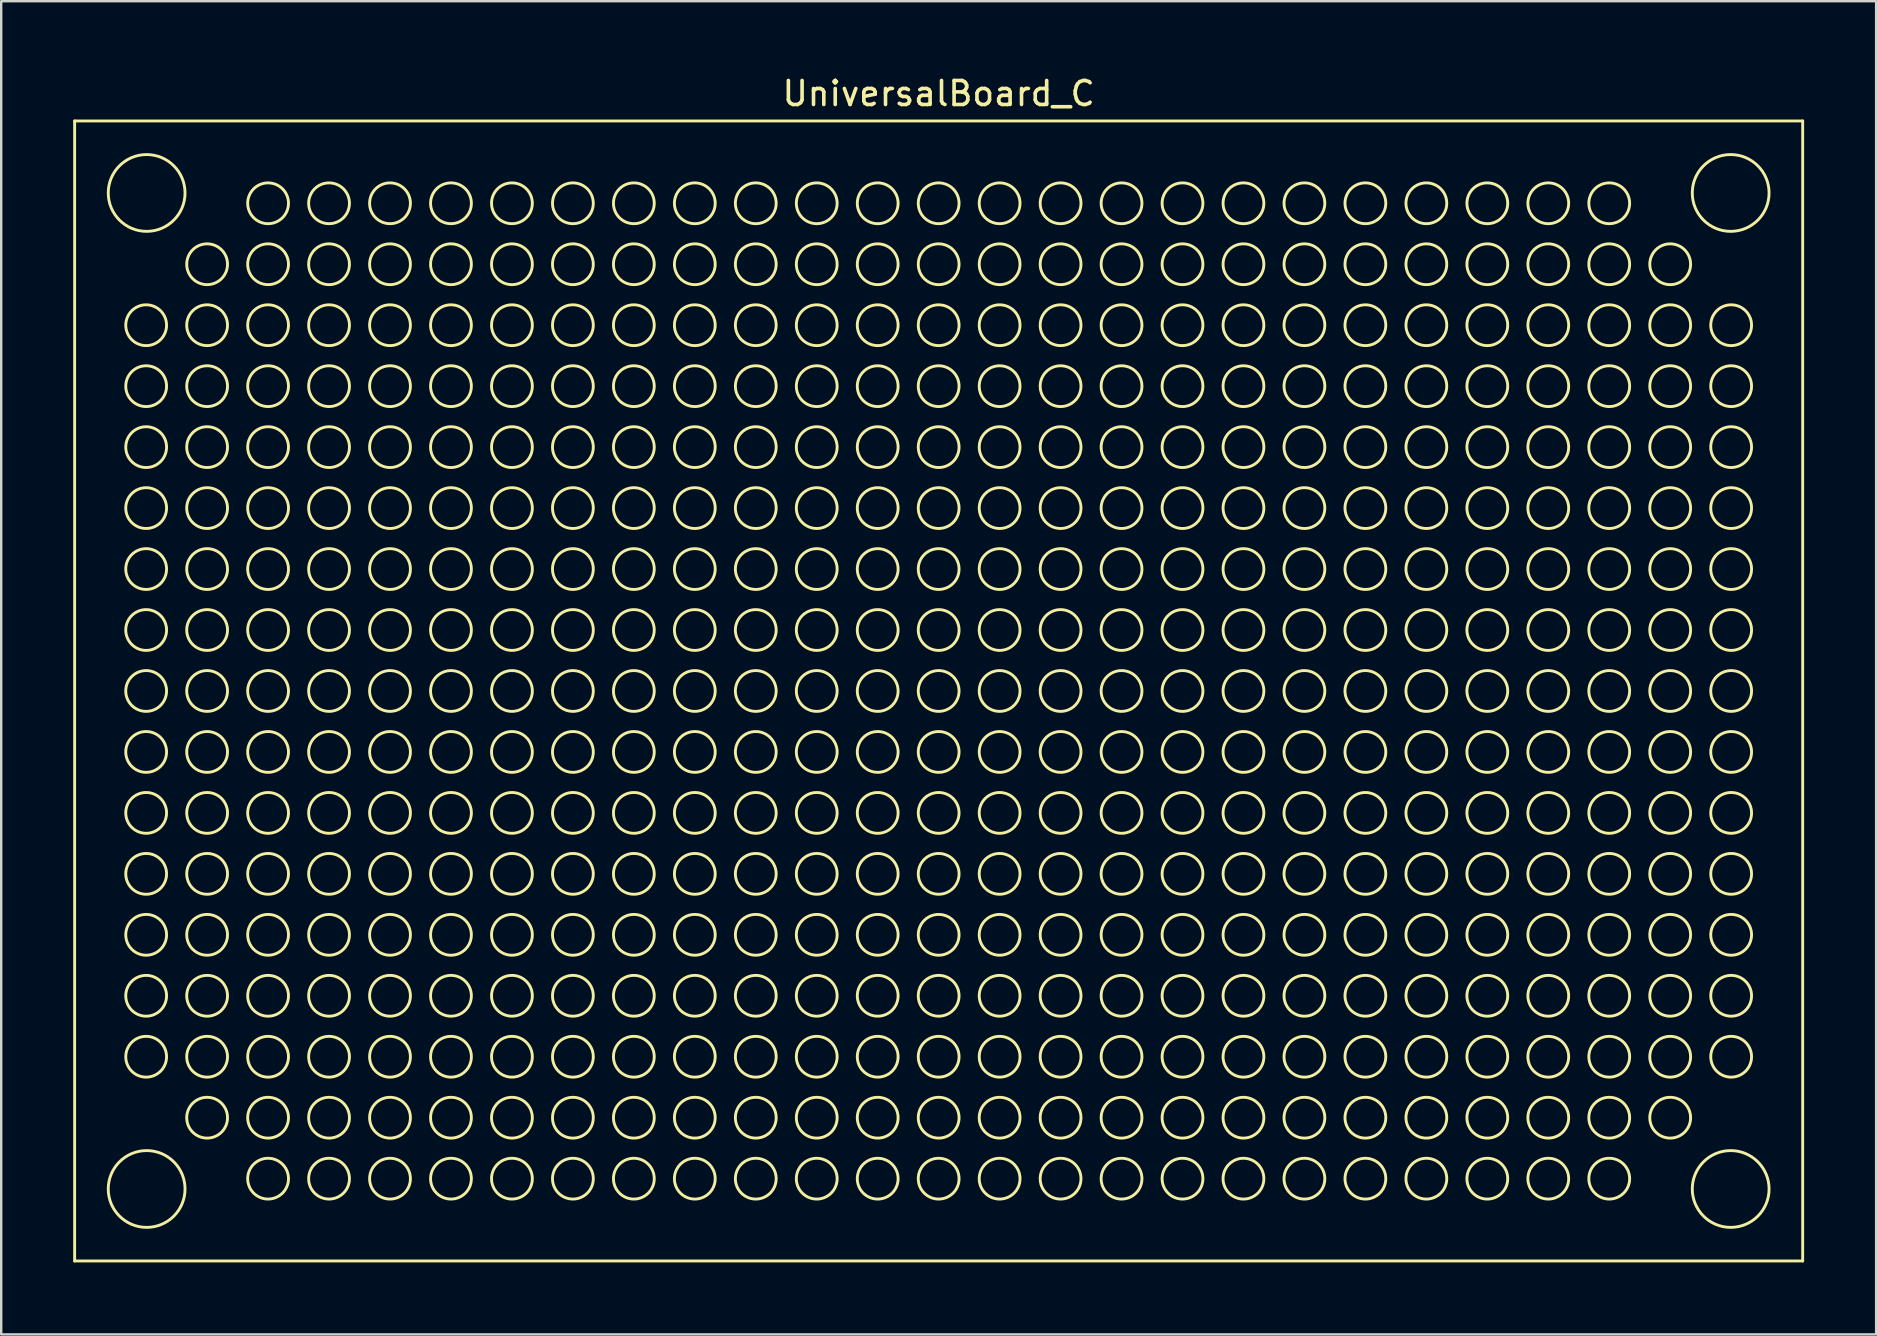
<source format=kicad_pcb>
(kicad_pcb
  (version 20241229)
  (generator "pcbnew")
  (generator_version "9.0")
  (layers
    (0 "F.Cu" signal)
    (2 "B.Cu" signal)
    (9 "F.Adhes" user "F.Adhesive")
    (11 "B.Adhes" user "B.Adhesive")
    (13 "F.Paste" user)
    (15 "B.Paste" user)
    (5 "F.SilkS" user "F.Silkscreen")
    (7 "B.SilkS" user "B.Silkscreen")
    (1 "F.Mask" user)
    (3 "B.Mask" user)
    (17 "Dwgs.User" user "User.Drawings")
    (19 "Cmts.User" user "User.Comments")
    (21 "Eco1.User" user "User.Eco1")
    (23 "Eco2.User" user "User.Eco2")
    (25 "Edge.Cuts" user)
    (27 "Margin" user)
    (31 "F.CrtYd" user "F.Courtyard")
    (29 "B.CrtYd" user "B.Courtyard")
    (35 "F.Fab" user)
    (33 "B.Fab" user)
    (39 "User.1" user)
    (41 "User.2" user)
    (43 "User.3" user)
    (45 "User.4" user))
  (footprint "UniversalBoard_C"
    (layer "F.Cu")
    (at 36.06 25.74)
    (property "Reference" "UniversalBoard_C" (at 0 -24.892 0) (layer "F.SilkS") (effects (font (size 1 1) (thickness 0.15))))
    (attr through_hole)
    (fp_line (start -36 -23.75) (end -36 23.75) (stroke (width 0.12) (type solid)) (layer "F.SilkS"))
    (fp_line (start -36 -23.75) (end 36 -23.75) (stroke (width 0.12) (type solid)) (layer "F.SilkS"))
    (fp_line (start -36 23.75) (end 36 23.75) (stroke (width 0.12) (type solid)) (layer "F.SilkS"))
    (fp_line (start 36 -23.75) (end 36 23.75) (stroke (width 0.12) (type solid)) (layer "F.SilkS"))
    (fp_circle (center -33.02 -15.24) (end -32.17 -15.24) (stroke (width 0.12) (type solid)) (fill no) (layer "F.SilkS"))
    (fp_circle (center -33.02 -12.7) (end -32.17 -12.7) (stroke (width 0.12) (type solid)) (fill no) (layer "F.SilkS"))
    (fp_circle (center -33.02 -10.16) (end -32.17 -10.16) (stroke (width 0.12) (type solid)) (fill no) (layer "F.SilkS"))
    (fp_circle (center -33.02 -7.62) (end -32.17 -7.62) (stroke (width 0.12) (type solid)) (fill no) (layer "F.SilkS"))
    (fp_circle (center -33.02 -5.08) (end -32.17 -5.08) (stroke (width 0.12) (type solid)) (fill no) (layer "F.SilkS"))
    (fp_circle (center -33.02 -2.54) (end -32.17 -2.54) (stroke (width 0.12) (type solid)) (fill no) (layer "F.SilkS"))
    (fp_circle (center -33.02 0) (end -32.17 0) (stroke (width 0.12) (type solid)) (fill no) (layer "F.SilkS"))
    (fp_circle (center -33.02 2.54) (end -32.17 2.54) (stroke (width 0.12) (type solid)) (fill no) (layer "F.SilkS"))
    (fp_circle (center -33.02 5.08) (end -32.17 5.08) (stroke (width 0.12) (type solid)) (fill no) (layer "F.SilkS"))
    (fp_circle (center -33.02 7.62) (end -32.17 7.62) (stroke (width 0.12) (type solid)) (fill no) (layer "F.SilkS"))
    (fp_circle (center -33.02 10.16) (end -32.17 10.16) (stroke (width 0.12) (type solid)) (fill no) (layer "F.SilkS"))
    (fp_circle (center -33.02 12.7) (end -32.17 12.7) (stroke (width 0.12) (type solid)) (fill no) (layer "F.SilkS"))
    (fp_circle (center -33.02 15.24) (end -32.17 15.24) (stroke (width 0.12) (type solid)) (fill no) (layer "F.SilkS"))
    (fp_circle (center -33 -20.75) (end -31.4 -20.75) (stroke (width 0.12) (type solid)) (fill no) (layer "F.SilkS"))
    (fp_circle (center -33 20.75) (end -31.4 20.75) (stroke (width 0.12) (type solid)) (fill no) (layer "F.SilkS"))
    (fp_circle (center -30.48 -17.78) (end -29.63 -17.78) (stroke (width 0.12) (type solid)) (fill no) (layer "F.SilkS"))
    (fp_circle (center -30.48 -15.24) (end -29.63 -15.24) (stroke (width 0.12) (type solid)) (fill no) (layer "F.SilkS"))
    (fp_circle (center -30.48 -12.7) (end -29.63 -12.7) (stroke (width 0.12) (type solid)) (fill no) (layer "F.SilkS"))
    (fp_circle (center -30.48 -10.16) (end -29.63 -10.16) (stroke (width 0.12) (type solid)) (fill no) (layer "F.SilkS"))
    (fp_circle (center -30.48 -7.62) (end -29.63 -7.62) (stroke (width 0.12) (type solid)) (fill no) (layer "F.SilkS"))
    (fp_circle (center -30.48 -5.08) (end -29.63 -5.08) (stroke (width 0.12) (type solid)) (fill no) (layer "F.SilkS"))
    (fp_circle (center -30.48 -2.54) (end -29.63 -2.54) (stroke (width 0.12) (type solid)) (fill no) (layer "F.SilkS"))
    (fp_circle (center -30.48 0) (end -29.63 0) (stroke (width 0.12) (type solid)) (fill no) (layer "F.SilkS"))
    (fp_circle (center -30.48 2.54) (end -29.63 2.54) (stroke (width 0.12) (type solid)) (fill no) (layer "F.SilkS"))
    (fp_circle (center -30.48 5.08) (end -29.63 5.08) (stroke (width 0.12) (type solid)) (fill no) (layer "F.SilkS"))
    (fp_circle (center -30.48 7.62) (end -29.63 7.62) (stroke (width 0.12) (type solid)) (fill no) (layer "F.SilkS"))
    (fp_circle (center -30.48 10.16) (end -29.63 10.16) (stroke (width 0.12) (type solid)) (fill no) (layer "F.SilkS"))
    (fp_circle (center -30.48 12.7) (end -29.63 12.7) (stroke (width 0.12) (type solid)) (fill no) (layer "F.SilkS"))
    (fp_circle (center -30.48 15.24) (end -29.63 15.24) (stroke (width 0.12) (type solid)) (fill no) (layer "F.SilkS"))
    (fp_circle (center -30.48 17.78) (end -29.63 17.78) (stroke (width 0.12) (type solid)) (fill no) (layer "F.SilkS"))
    (fp_circle (center -27.94 -20.32) (end -27.09 -20.32) (stroke (width 0.12) (type solid)) (fill no) (layer "F.SilkS"))
    (fp_circle (center -27.94 -17.78) (end -27.09 -17.78) (stroke (width 0.12) (type solid)) (fill no) (layer "F.SilkS"))
    (fp_circle (center -27.94 -15.24) (end -27.09 -15.24) (stroke (width 0.12) (type solid)) (fill no) (layer "F.SilkS"))
    (fp_circle (center -27.94 -12.7) (end -27.09 -12.7) (stroke (width 0.12) (type solid)) (fill no) (layer "F.SilkS"))
    (fp_circle (center -27.94 -10.16) (end -27.09 -10.16) (stroke (width 0.12) (type solid)) (fill no) (layer "F.SilkS"))
    (fp_circle (center -27.94 -7.62) (end -27.09 -7.62) (stroke (width 0.12) (type solid)) (fill no) (layer "F.SilkS"))
    (fp_circle (center -27.94 -5.08) (end -27.09 -5.08) (stroke (width 0.12) (type solid)) (fill no) (layer "F.SilkS"))
    (fp_circle (center -27.94 -2.54) (end -27.09 -2.54) (stroke (width 0.12) (type solid)) (fill no) (layer "F.SilkS"))
    (fp_circle (center -27.94 0) (end -27.09 0) (stroke (width 0.12) (type solid)) (fill no) (layer "F.SilkS"))
    (fp_circle (center -27.94 2.54) (end -27.09 2.54) (stroke (width 0.12) (type solid)) (fill no) (layer "F.SilkS"))
    (fp_circle (center -27.94 5.08) (end -27.09 5.08) (stroke (width 0.12) (type solid)) (fill no) (layer "F.SilkS"))
    (fp_circle (center -27.94 7.62) (end -27.09 7.62) (stroke (width 0.12) (type solid)) (fill no) (layer "F.SilkS"))
    (fp_circle (center -27.94 10.16) (end -27.09 10.16) (stroke (width 0.12) (type solid)) (fill no) (layer "F.SilkS"))
    (fp_circle (center -27.94 12.7) (end -27.09 12.7) (stroke (width 0.12) (type solid)) (fill no) (layer "F.SilkS"))
    (fp_circle (center -27.94 15.24) (end -27.09 15.24) (stroke (width 0.12) (type solid)) (fill no) (layer "F.SilkS"))
    (fp_circle (center -27.94 17.78) (end -27.09 17.78) (stroke (width 0.12) (type solid)) (fill no) (layer "F.SilkS"))
    (fp_circle (center -27.94 20.32) (end -27.09 20.32) (stroke (width 0.12) (type solid)) (fill no) (layer "F.SilkS"))
    (fp_circle (center -25.4 -20.32) (end -24.55 -20.32) (stroke (width 0.12) (type solid)) (fill no) (layer "F.SilkS"))
    (fp_circle (center -25.4 -17.78) (end -24.55 -17.78) (stroke (width 0.12) (type solid)) (fill no) (layer "F.SilkS"))
    (fp_circle (center -25.4 -15.24) (end -24.55 -15.24) (stroke (width 0.12) (type solid)) (fill no) (layer "F.SilkS"))
    (fp_circle (center -25.4 -12.7) (end -24.55 -12.7) (stroke (width 0.12) (type solid)) (fill no) (layer "F.SilkS"))
    (fp_circle (center -25.4 -10.16) (end -24.55 -10.16) (stroke (width 0.12) (type solid)) (fill no) (layer "F.SilkS"))
    (fp_circle (center -25.4 -7.62) (end -24.55 -7.62) (stroke (width 0.12) (type solid)) (fill no) (layer "F.SilkS"))
    (fp_circle (center -25.4 -5.08) (end -24.55 -5.08) (stroke (width 0.12) (type solid)) (fill no) (layer "F.SilkS"))
    (fp_circle (center -25.4 -2.54) (end -24.55 -2.54) (stroke (width 0.12) (type solid)) (fill no) (layer "F.SilkS"))
    (fp_circle (center -25.4 0) (end -24.55 0) (stroke (width 0.12) (type solid)) (fill no) (layer "F.SilkS"))
    (fp_circle (center -25.4 2.54) (end -24.55 2.54) (stroke (width 0.12) (type solid)) (fill no) (layer "F.SilkS"))
    (fp_circle (center -25.4 5.08) (end -24.55 5.08) (stroke (width 0.12) (type solid)) (fill no) (layer "F.SilkS"))
    (fp_circle (center -25.4 7.62) (end -24.55 7.62) (stroke (width 0.12) (type solid)) (fill no) (layer "F.SilkS"))
    (fp_circle (center -25.4 10.16) (end -24.55 10.16) (stroke (width 0.12) (type solid)) (fill no) (layer "F.SilkS"))
    (fp_circle (center -25.4 12.7) (end -24.55 12.7) (stroke (width 0.12) (type solid)) (fill no) (layer "F.SilkS"))
    (fp_circle (center -25.4 15.24) (end -24.55 15.24) (stroke (width 0.12) (type solid)) (fill no) (layer "F.SilkS"))
    (fp_circle (center -25.4 17.78) (end -24.55 17.78) (stroke (width 0.12) (type solid)) (fill no) (layer "F.SilkS"))
    (fp_circle (center -25.4 20.32) (end -24.55 20.32) (stroke (width 0.12) (type solid)) (fill no) (layer "F.SilkS"))
    (fp_circle (center -22.86 -20.32) (end -22.01 -20.32) (stroke (width 0.12) (type solid)) (fill no) (layer "F.SilkS"))
    (fp_circle (center -22.86 -17.78) (end -22.01 -17.78) (stroke (width 0.12) (type solid)) (fill no) (layer "F.SilkS"))
    (fp_circle (center -22.86 -15.24) (end -22.01 -15.24) (stroke (width 0.12) (type solid)) (fill no) (layer "F.SilkS"))
    (fp_circle (center -22.86 -12.7) (end -22.01 -12.7) (stroke (width 0.12) (type solid)) (fill no) (layer "F.SilkS"))
    (fp_circle (center -22.86 -10.16) (end -22.01 -10.16) (stroke (width 0.12) (type solid)) (fill no) (layer "F.SilkS"))
    (fp_circle (center -22.86 -7.62) (end -22.01 -7.62) (stroke (width 0.12) (type solid)) (fill no) (layer "F.SilkS"))
    (fp_circle (center -22.86 -5.08) (end -22.01 -5.08) (stroke (width 0.12) (type solid)) (fill no) (layer "F.SilkS"))
    (fp_circle (center -22.86 -2.54) (end -22.01 -2.54) (stroke (width 0.12) (type solid)) (fill no) (layer "F.SilkS"))
    (fp_circle (center -22.86 0) (end -22.01 0) (stroke (width 0.12) (type solid)) (fill no) (layer "F.SilkS"))
    (fp_circle (center -22.86 2.54) (end -22.01 2.54) (stroke (width 0.12) (type solid)) (fill no) (layer "F.SilkS"))
    (fp_circle (center -22.86 5.08) (end -22.01 5.08) (stroke (width 0.12) (type solid)) (fill no) (layer "F.SilkS"))
    (fp_circle (center -22.86 7.62) (end -22.01 7.62) (stroke (width 0.12) (type solid)) (fill no) (layer "F.SilkS"))
    (fp_circle (center -22.86 10.16) (end -22.01 10.16) (stroke (width 0.12) (type solid)) (fill no) (layer "F.SilkS"))
    (fp_circle (center -22.86 12.7) (end -22.01 12.7) (stroke (width 0.12) (type solid)) (fill no) (layer "F.SilkS"))
    (fp_circle (center -22.86 15.24) (end -22.01 15.24) (stroke (width 0.12) (type solid)) (fill no) (layer "F.SilkS"))
    (fp_circle (center -22.86 17.78) (end -22.01 17.78) (stroke (width 0.12) (type solid)) (fill no) (layer "F.SilkS"))
    (fp_circle (center -22.86 20.32) (end -22.01 20.32) (stroke (width 0.12) (type solid)) (fill no) (layer "F.SilkS"))
    (fp_circle (center -20.32 -20.32) (end -19.47 -20.32) (stroke (width 0.12) (type solid)) (fill no) (layer "F.SilkS"))
    (fp_circle (center -20.32 -17.78) (end -19.47 -17.78) (stroke (width 0.12) (type solid)) (fill no) (layer "F.SilkS"))
    (fp_circle (center -20.32 -15.24) (end -19.47 -15.24) (stroke (width 0.12) (type solid)) (fill no) (layer "F.SilkS"))
    (fp_circle (center -20.32 -12.7) (end -19.47 -12.7) (stroke (width 0.12) (type solid)) (fill no) (layer "F.SilkS"))
    (fp_circle (center -20.32 -10.16) (end -19.47 -10.16) (stroke (width 0.12) (type solid)) (fill no) (layer "F.SilkS"))
    (fp_circle (center -20.32 -7.62) (end -19.47 -7.62) (stroke (width 0.12) (type solid)) (fill no) (layer "F.SilkS"))
    (fp_circle (center -20.32 -5.08) (end -19.47 -5.08) (stroke (width 0.12) (type solid)) (fill no) (layer "F.SilkS"))
    (fp_circle (center -20.32 -2.54) (end -19.47 -2.54) (stroke (width 0.12) (type solid)) (fill no) (layer "F.SilkS"))
    (fp_circle (center -20.32 0) (end -19.47 0) (stroke (width 0.12) (type solid)) (fill no) (layer "F.SilkS"))
    (fp_circle (center -20.32 2.54) (end -19.47 2.54) (stroke (width 0.12) (type solid)) (fill no) (layer "F.SilkS"))
    (fp_circle (center -20.32 5.08) (end -19.47 5.08) (stroke (width 0.12) (type solid)) (fill no) (layer "F.SilkS"))
    (fp_circle (center -20.32 7.62) (end -19.47 7.62) (stroke (width 0.12) (type solid)) (fill no) (layer "F.SilkS"))
    (fp_circle (center -20.32 10.16) (end -19.47 10.16) (stroke (width 0.12) (type solid)) (fill no) (layer "F.SilkS"))
    (fp_circle (center -20.32 12.7) (end -19.47 12.7) (stroke (width 0.12) (type solid)) (fill no) (layer "F.SilkS"))
    (fp_circle (center -20.32 15.24) (end -19.47 15.24) (stroke (width 0.12) (type solid)) (fill no) (layer "F.SilkS"))
    (fp_circle (center -20.32 17.78) (end -19.47 17.78) (stroke (width 0.12) (type solid)) (fill no) (layer "F.SilkS"))
    (fp_circle (center -20.32 20.32) (end -19.47 20.32) (stroke (width 0.12) (type solid)) (fill no) (layer "F.SilkS"))
    (fp_circle (center -17.78 -20.32) (end -16.93 -20.32) (stroke (width 0.12) (type solid)) (fill no) (layer "F.SilkS"))
    (fp_circle (center -17.78 -17.78) (end -16.93 -17.78) (stroke (width 0.12) (type solid)) (fill no) (layer "F.SilkS"))
    (fp_circle (center -17.78 -15.24) (end -16.93 -15.24) (stroke (width 0.12) (type solid)) (fill no) (layer "F.SilkS"))
    (fp_circle (center -17.78 -12.7) (end -16.93 -12.7) (stroke (width 0.12) (type solid)) (fill no) (layer "F.SilkS"))
    (fp_circle (center -17.78 -10.16) (end -16.93 -10.16) (stroke (width 0.12) (type solid)) (fill no) (layer "F.SilkS"))
    (fp_circle (center -17.78 -7.62) (end -16.93 -7.62) (stroke (width 0.12) (type solid)) (fill no) (layer "F.SilkS"))
    (fp_circle (center -17.78 -5.08) (end -16.93 -5.08) (stroke (width 0.12) (type solid)) (fill no) (layer "F.SilkS"))
    (fp_circle (center -17.78 -2.54) (end -16.93 -2.54) (stroke (width 0.12) (type solid)) (fill no) (layer "F.SilkS"))
    (fp_circle (center -17.78 0) (end -16.93 0) (stroke (width 0.12) (type solid)) (fill no) (layer "F.SilkS"))
    (fp_circle (center -17.78 2.54) (end -16.93 2.54) (stroke (width 0.12) (type solid)) (fill no) (layer "F.SilkS"))
    (fp_circle (center -17.78 5.08) (end -16.93 5.08) (stroke (width 0.12) (type solid)) (fill no) (layer "F.SilkS"))
    (fp_circle (center -17.78 7.62) (end -16.93 7.62) (stroke (width 0.12) (type solid)) (fill no) (layer "F.SilkS"))
    (fp_circle (center -17.78 10.16) (end -16.93 10.16) (stroke (width 0.12) (type solid)) (fill no) (layer "F.SilkS"))
    (fp_circle (center -17.78 12.7) (end -16.93 12.7) (stroke (width 0.12) (type solid)) (fill no) (layer "F.SilkS"))
    (fp_circle (center -17.78 15.24) (end -16.93 15.24) (stroke (width 0.12) (type solid)) (fill no) (layer "F.SilkS"))
    (fp_circle (center -17.78 17.78) (end -16.93 17.78) (stroke (width 0.12) (type solid)) (fill no) (layer "F.SilkS"))
    (fp_circle (center -17.78 20.32) (end -16.93 20.32) (stroke (width 0.12) (type solid)) (fill no) (layer "F.SilkS"))
    (fp_circle (center -15.24 -20.32) (end -14.39 -20.32) (stroke (width 0.12) (type solid)) (fill no) (layer "F.SilkS"))
    (fp_circle (center -15.24 -17.78) (end -14.39 -17.78) (stroke (width 0.12) (type solid)) (fill no) (layer "F.SilkS"))
    (fp_circle (center -15.24 -15.24) (end -14.39 -15.24) (stroke (width 0.12) (type solid)) (fill no) (layer "F.SilkS"))
    (fp_circle (center -15.24 -12.7) (end -14.39 -12.7) (stroke (width 0.12) (type solid)) (fill no) (layer "F.SilkS"))
    (fp_circle (center -15.24 -10.16) (end -14.39 -10.16) (stroke (width 0.12) (type solid)) (fill no) (layer "F.SilkS"))
    (fp_circle (center -15.24 -7.62) (end -14.39 -7.62) (stroke (width 0.12) (type solid)) (fill no) (layer "F.SilkS"))
    (fp_circle (center -15.24 -5.08) (end -14.39 -5.08) (stroke (width 0.12) (type solid)) (fill no) (layer "F.SilkS"))
    (fp_circle (center -15.24 -2.54) (end -14.39 -2.54) (stroke (width 0.12) (type solid)) (fill no) (layer "F.SilkS"))
    (fp_circle (center -15.24 0) (end -14.39 0) (stroke (width 0.12) (type solid)) (fill no) (layer "F.SilkS"))
    (fp_circle (center -15.24 2.54) (end -14.39 2.54) (stroke (width 0.12) (type solid)) (fill no) (layer "F.SilkS"))
    (fp_circle (center -15.24 5.08) (end -14.39 5.08) (stroke (width 0.12) (type solid)) (fill no) (layer "F.SilkS"))
    (fp_circle (center -15.24 7.62) (end -14.39 7.62) (stroke (width 0.12) (type solid)) (fill no) (layer "F.SilkS"))
    (fp_circle (center -15.24 10.16) (end -14.39 10.16) (stroke (width 0.12) (type solid)) (fill no) (layer "F.SilkS"))
    (fp_circle (center -15.24 12.7) (end -14.39 12.7) (stroke (width 0.12) (type solid)) (fill no) (layer "F.SilkS"))
    (fp_circle (center -15.24 15.24) (end -14.39 15.24) (stroke (width 0.12) (type solid)) (fill no) (layer "F.SilkS"))
    (fp_circle (center -15.24 17.78) (end -14.39 17.78) (stroke (width 0.12) (type solid)) (fill no) (layer "F.SilkS"))
    (fp_circle (center -15.24 20.32) (end -14.39 20.32) (stroke (width 0.12) (type solid)) (fill no) (layer "F.SilkS"))
    (fp_circle (center -12.7 -20.32) (end -11.85 -20.32) (stroke (width 0.12) (type solid)) (fill no) (layer "F.SilkS"))
    (fp_circle (center -12.7 -17.78) (end -11.85 -17.78) (stroke (width 0.12) (type solid)) (fill no) (layer "F.SilkS"))
    (fp_circle (center -12.7 -15.24) (end -11.85 -15.24) (stroke (width 0.12) (type solid)) (fill no) (layer "F.SilkS"))
    (fp_circle (center -12.7 -12.7) (end -11.85 -12.7) (stroke (width 0.12) (type solid)) (fill no) (layer "F.SilkS"))
    (fp_circle (center -12.7 -10.16) (end -11.85 -10.16) (stroke (width 0.12) (type solid)) (fill no) (layer "F.SilkS"))
    (fp_circle (center -12.7 -7.62) (end -11.85 -7.62) (stroke (width 0.12) (type solid)) (fill no) (layer "F.SilkS"))
    (fp_circle (center -12.7 -5.08) (end -11.85 -5.08) (stroke (width 0.12) (type solid)) (fill no) (layer "F.SilkS"))
    (fp_circle (center -12.7 -2.54) (end -11.85 -2.54) (stroke (width 0.12) (type solid)) (fill no) (layer "F.SilkS"))
    (fp_circle (center -12.7 0) (end -11.85 0) (stroke (width 0.12) (type solid)) (fill no) (layer "F.SilkS"))
    (fp_circle (center -12.7 2.54) (end -11.85 2.54) (stroke (width 0.12) (type solid)) (fill no) (layer "F.SilkS"))
    (fp_circle (center -12.7 5.08) (end -11.85 5.08) (stroke (width 0.12) (type solid)) (fill no) (layer "F.SilkS"))
    (fp_circle (center -12.7 7.62) (end -11.85 7.62) (stroke (width 0.12) (type solid)) (fill no) (layer "F.SilkS"))
    (fp_circle (center -12.7 10.16) (end -11.85 10.16) (stroke (width 0.12) (type solid)) (fill no) (layer "F.SilkS"))
    (fp_circle (center -12.7 12.7) (end -11.85 12.7) (stroke (width 0.12) (type solid)) (fill no) (layer "F.SilkS"))
    (fp_circle (center -12.7 15.24) (end -11.85 15.24) (stroke (width 0.12) (type solid)) (fill no) (layer "F.SilkS"))
    (fp_circle (center -12.7 17.78) (end -11.85 17.78) (stroke (width 0.12) (type solid)) (fill no) (layer "F.SilkS"))
    (fp_circle (center -12.7 20.32) (end -11.85 20.32) (stroke (width 0.12) (type solid)) (fill no) (layer "F.SilkS"))
    (fp_circle (center -10.16 -20.32) (end -9.31 -20.32) (stroke (width 0.12) (type solid)) (fill no) (layer "F.SilkS"))
    (fp_circle (center -10.16 -17.78) (end -9.31 -17.78) (stroke (width 0.12) (type solid)) (fill no) (layer "F.SilkS"))
    (fp_circle (center -10.16 -15.24) (end -9.31 -15.24) (stroke (width 0.12) (type solid)) (fill no) (layer "F.SilkS"))
    (fp_circle (center -10.16 -12.7) (end -9.31 -12.7) (stroke (width 0.12) (type solid)) (fill no) (layer "F.SilkS"))
    (fp_circle (center -10.16 -10.16) (end -9.31 -10.16) (stroke (width 0.12) (type solid)) (fill no) (layer "F.SilkS"))
    (fp_circle (center -10.16 -7.62) (end -9.31 -7.62) (stroke (width 0.12) (type solid)) (fill no) (layer "F.SilkS"))
    (fp_circle (center -10.16 -5.08) (end -9.31 -5.08) (stroke (width 0.12) (type solid)) (fill no) (layer "F.SilkS"))
    (fp_circle (center -10.16 -2.54) (end -9.31 -2.54) (stroke (width 0.12) (type solid)) (fill no) (layer "F.SilkS"))
    (fp_circle (center -10.16 0) (end -9.31 0) (stroke (width 0.12) (type solid)) (fill no) (layer "F.SilkS"))
    (fp_circle (center -10.16 2.54) (end -9.31 2.54) (stroke (width 0.12) (type solid)) (fill no) (layer "F.SilkS"))
    (fp_circle (center -10.16 5.08) (end -9.31 5.08) (stroke (width 0.12) (type solid)) (fill no) (layer "F.SilkS"))
    (fp_circle (center -10.16 7.62) (end -9.31 7.62) (stroke (width 0.12) (type solid)) (fill no) (layer "F.SilkS"))
    (fp_circle (center -10.16 10.16) (end -9.31 10.16) (stroke (width 0.12) (type solid)) (fill no) (layer "F.SilkS"))
    (fp_circle (center -10.16 12.7) (end -9.31 12.7) (stroke (width 0.12) (type solid)) (fill no) (layer "F.SilkS"))
    (fp_circle (center -10.16 15.24) (end -9.31 15.24) (stroke (width 0.12) (type solid)) (fill no) (layer "F.SilkS"))
    (fp_circle (center -10.16 17.78) (end -9.31 17.78) (stroke (width 0.12) (type solid)) (fill no) (layer "F.SilkS"))
    (fp_circle (center -10.16 20.32) (end -9.31 20.32) (stroke (width 0.12) (type solid)) (fill no) (layer "F.SilkS"))
    (fp_circle (center -7.62 -20.32) (end -6.77 -20.32) (stroke (width 0.12) (type solid)) (fill no) (layer "F.SilkS"))
    (fp_circle (center -7.62 -17.78) (end -6.77 -17.78) (stroke (width 0.12) (type solid)) (fill no) (layer "F.SilkS"))
    (fp_circle (center -7.62 -15.24) (end -6.77 -15.24) (stroke (width 0.12) (type solid)) (fill no) (layer "F.SilkS"))
    (fp_circle (center -7.62 -12.7) (end -6.77 -12.7) (stroke (width 0.12) (type solid)) (fill no) (layer "F.SilkS"))
    (fp_circle (center -7.62 -10.16) (end -6.77 -10.16) (stroke (width 0.12) (type solid)) (fill no) (layer "F.SilkS"))
    (fp_circle (center -7.62 -7.62) (end -6.77 -7.62) (stroke (width 0.12) (type solid)) (fill no) (layer "F.SilkS"))
    (fp_circle (center -7.62 -5.08) (end -6.77 -5.08) (stroke (width 0.12) (type solid)) (fill no) (layer "F.SilkS"))
    (fp_circle (center -7.62 -2.54) (end -6.77 -2.54) (stroke (width 0.12) (type solid)) (fill no) (layer "F.SilkS"))
    (fp_circle (center -7.62 0) (end -6.77 0) (stroke (width 0.12) (type solid)) (fill no) (layer "F.SilkS"))
    (fp_circle (center -7.62 2.54) (end -6.77 2.54) (stroke (width 0.12) (type solid)) (fill no) (layer "F.SilkS"))
    (fp_circle (center -7.62 5.08) (end -6.77 5.08) (stroke (width 0.12) (type solid)) (fill no) (layer "F.SilkS"))
    (fp_circle (center -7.62 7.62) (end -6.77 7.62) (stroke (width 0.12) (type solid)) (fill no) (layer "F.SilkS"))
    (fp_circle (center -7.62 10.16) (end -6.77 10.16) (stroke (width 0.12) (type solid)) (fill no) (layer "F.SilkS"))
    (fp_circle (center -7.62 12.7) (end -6.77 12.7) (stroke (width 0.12) (type solid)) (fill no) (layer "F.SilkS"))
    (fp_circle (center -7.62 15.24) (end -6.77 15.24) (stroke (width 0.12) (type solid)) (fill no) (layer "F.SilkS"))
    (fp_circle (center -7.62 17.78) (end -6.77 17.78) (stroke (width 0.12) (type solid)) (fill no) (layer "F.SilkS"))
    (fp_circle (center -7.62 20.32) (end -6.77 20.32) (stroke (width 0.12) (type solid)) (fill no) (layer "F.SilkS"))
    (fp_circle (center -5.08 -20.32) (end -4.23 -20.32) (stroke (width 0.12) (type solid)) (fill no) (layer "F.SilkS"))
    (fp_circle (center -5.08 -17.78) (end -4.23 -17.78) (stroke (width 0.12) (type solid)) (fill no) (layer "F.SilkS"))
    (fp_circle (center -5.08 -15.24) (end -4.23 -15.24) (stroke (width 0.12) (type solid)) (fill no) (layer "F.SilkS"))
    (fp_circle (center -5.08 -12.7) (end -4.23 -12.7) (stroke (width 0.12) (type solid)) (fill no) (layer "F.SilkS"))
    (fp_circle (center -5.08 -10.16) (end -4.23 -10.16) (stroke (width 0.12) (type solid)) (fill no) (layer "F.SilkS"))
    (fp_circle (center -5.08 -7.62) (end -4.23 -7.62) (stroke (width 0.12) (type solid)) (fill no) (layer "F.SilkS"))
    (fp_circle (center -5.08 -5.08) (end -4.23 -5.08) (stroke (width 0.12) (type solid)) (fill no) (layer "F.SilkS"))
    (fp_circle (center -5.08 -2.54) (end -4.23 -2.54) (stroke (width 0.12) (type solid)) (fill no) (layer "F.SilkS"))
    (fp_circle (center -5.08 0) (end -4.23 0) (stroke (width 0.12) (type solid)) (fill no) (layer "F.SilkS"))
    (fp_circle (center -5.08 2.54) (end -4.23 2.54) (stroke (width 0.12) (type solid)) (fill no) (layer "F.SilkS"))
    (fp_circle (center -5.08 5.08) (end -4.23 5.08) (stroke (width 0.12) (type solid)) (fill no) (layer "F.SilkS"))
    (fp_circle (center -5.08 7.62) (end -4.23 7.62) (stroke (width 0.12) (type solid)) (fill no) (layer "F.SilkS"))
    (fp_circle (center -5.08 10.16) (end -4.23 10.16) (stroke (width 0.12) (type solid)) (fill no) (layer "F.SilkS"))
    (fp_circle (center -5.08 12.7) (end -4.23 12.7) (stroke (width 0.12) (type solid)) (fill no) (layer "F.SilkS"))
    (fp_circle (center -5.08 15.24) (end -4.23 15.24) (stroke (width 0.12) (type solid)) (fill no) (layer "F.SilkS"))
    (fp_circle (center -5.08 17.78) (end -4.23 17.78) (stroke (width 0.12) (type solid)) (fill no) (layer "F.SilkS"))
    (fp_circle (center -5.08 20.32) (end -4.23 20.32) (stroke (width 0.12) (type solid)) (fill no) (layer "F.SilkS"))
    (fp_circle (center -2.54 -20.32) (end -1.69 -20.32) (stroke (width 0.12) (type solid)) (fill no) (layer "F.SilkS"))
    (fp_circle (center -2.54 -17.78) (end -1.69 -17.78) (stroke (width 0.12) (type solid)) (fill no) (layer "F.SilkS"))
    (fp_circle (center -2.54 -15.24) (end -1.69 -15.24) (stroke (width 0.12) (type solid)) (fill no) (layer "F.SilkS"))
    (fp_circle (center -2.54 -12.7) (end -1.69 -12.7) (stroke (width 0.12) (type solid)) (fill no) (layer "F.SilkS"))
    (fp_circle (center -2.54 -10.16) (end -1.69 -10.16) (stroke (width 0.12) (type solid)) (fill no) (layer "F.SilkS"))
    (fp_circle (center -2.54 -7.62) (end -1.69 -7.62) (stroke (width 0.12) (type solid)) (fill no) (layer "F.SilkS"))
    (fp_circle (center -2.54 -5.08) (end -1.69 -5.08) (stroke (width 0.12) (type solid)) (fill no) (layer "F.SilkS"))
    (fp_circle (center -2.54 -2.54) (end -1.69 -2.54) (stroke (width 0.12) (type solid)) (fill no) (layer "F.SilkS"))
    (fp_circle (center -2.54 0) (end -1.69 0) (stroke (width 0.12) (type solid)) (fill no) (layer "F.SilkS"))
    (fp_circle (center -2.54 2.54) (end -1.69 2.54) (stroke (width 0.12) (type solid)) (fill no) (layer "F.SilkS"))
    (fp_circle (center -2.54 5.08) (end -1.69 5.08) (stroke (width 0.12) (type solid)) (fill no) (layer "F.SilkS"))
    (fp_circle (center -2.54 7.62) (end -1.69 7.62) (stroke (width 0.12) (type solid)) (fill no) (layer "F.SilkS"))
    (fp_circle (center -2.54 10.16) (end -1.69 10.16) (stroke (width 0.12) (type solid)) (fill no) (layer "F.SilkS"))
    (fp_circle (center -2.54 12.7) (end -1.69 12.7) (stroke (width 0.12) (type solid)) (fill no) (layer "F.SilkS"))
    (fp_circle (center -2.54 15.24) (end -1.69 15.24) (stroke (width 0.12) (type solid)) (fill no) (layer "F.SilkS"))
    (fp_circle (center -2.54 17.78) (end -1.69 17.78) (stroke (width 0.12) (type solid)) (fill no) (layer "F.SilkS"))
    (fp_circle (center -2.54 20.32) (end -1.69 20.32) (stroke (width 0.12) (type solid)) (fill no) (layer "F.SilkS"))
    (fp_circle (center 0 -20.32) (end 0.85 -20.32) (stroke (width 0.12) (type solid)) (fill no) (layer "F.SilkS"))
    (fp_circle (center 0 -17.78) (end 0.85 -17.78) (stroke (width 0.12) (type solid)) (fill no) (layer "F.SilkS"))
    (fp_circle (center 0 -15.24) (end 0.85 -15.24) (stroke (width 0.12) (type solid)) (fill no) (layer "F.SilkS"))
    (fp_circle (center 0 -12.7) (end 0.85 -12.7) (stroke (width 0.12) (type solid)) (fill no) (layer "F.SilkS"))
    (fp_circle (center 0 -10.16) (end 0.85 -10.16) (stroke (width 0.12) (type solid)) (fill no) (layer "F.SilkS"))
    (fp_circle (center 0 -7.62) (end 0.85 -7.62) (stroke (width 0.12) (type solid)) (fill no) (layer "F.SilkS"))
    (fp_circle (center 0 -5.08) (end 0.85 -5.08) (stroke (width 0.12) (type solid)) (fill no) (layer "F.SilkS"))
    (fp_circle (center 0 -2.54) (end 0.85 -2.54) (stroke (width 0.12) (type solid)) (fill no) (layer "F.SilkS"))
    (fp_circle (center 0 0) (end 0.85 0) (stroke (width 0.12) (type solid)) (fill no) (layer "F.SilkS"))
    (fp_circle (center 0 2.54) (end 0.85 2.54) (stroke (width 0.12) (type solid)) (fill no) (layer "F.SilkS"))
    (fp_circle (center 0 5.08) (end 0.85 5.08) (stroke (width 0.12) (type solid)) (fill no) (layer "F.SilkS"))
    (fp_circle (center 0 7.62) (end 0.85 7.62) (stroke (width 0.12) (type solid)) (fill no) (layer "F.SilkS"))
    (fp_circle (center 0 10.16) (end 0.85 10.16) (stroke (width 0.12) (type solid)) (fill no) (layer "F.SilkS"))
    (fp_circle (center 0 12.7) (end 0.85 12.7) (stroke (width 0.12) (type solid)) (fill no) (layer "F.SilkS"))
    (fp_circle (center 0 15.24) (end 0.85 15.24) (stroke (width 0.12) (type solid)) (fill no) (layer "F.SilkS"))
    (fp_circle (center 0 17.78) (end 0.85 17.78) (stroke (width 0.12) (type solid)) (fill no) (layer "F.SilkS"))
    (fp_circle (center 0 20.32) (end 0.85 20.32) (stroke (width 0.12) (type solid)) (fill no) (layer "F.SilkS"))
    (fp_circle (center 2.54 -20.32) (end 3.39 -20.32) (stroke (width 0.12) (type solid)) (fill no) (layer "F.SilkS"))
    (fp_circle (center 2.54 -17.78) (end 3.39 -17.78) (stroke (width 0.12) (type solid)) (fill no) (layer "F.SilkS"))
    (fp_circle (center 2.54 -15.24) (end 3.39 -15.24) (stroke (width 0.12) (type solid)) (fill no) (layer "F.SilkS"))
    (fp_circle (center 2.54 -12.7) (end 3.39 -12.7) (stroke (width 0.12) (type solid)) (fill no) (layer "F.SilkS"))
    (fp_circle (center 2.54 -10.16) (end 3.39 -10.16) (stroke (width 0.12) (type solid)) (fill no) (layer "F.SilkS"))
    (fp_circle (center 2.54 -7.62) (end 3.39 -7.62) (stroke (width 0.12) (type solid)) (fill no) (layer "F.SilkS"))
    (fp_circle (center 2.54 -5.08) (end 3.39 -5.08) (stroke (width 0.12) (type solid)) (fill no) (layer "F.SilkS"))
    (fp_circle (center 2.54 -2.54) (end 3.39 -2.54) (stroke (width 0.12) (type solid)) (fill no) (layer "F.SilkS"))
    (fp_circle (center 2.54 0) (end 3.39 0) (stroke (width 0.12) (type solid)) (fill no) (layer "F.SilkS"))
    (fp_circle (center 2.54 2.54) (end 3.39 2.54) (stroke (width 0.12) (type solid)) (fill no) (layer "F.SilkS"))
    (fp_circle (center 2.54 5.08) (end 3.39 5.08) (stroke (width 0.12) (type solid)) (fill no) (layer "F.SilkS"))
    (fp_circle (center 2.54 7.62) (end 3.39 7.62) (stroke (width 0.12) (type solid)) (fill no) (layer "F.SilkS"))
    (fp_circle (center 2.54 10.16) (end 3.39 10.16) (stroke (width 0.12) (type solid)) (fill no) (layer "F.SilkS"))
    (fp_circle (center 2.54 12.7) (end 3.39 12.7) (stroke (width 0.12) (type solid)) (fill no) (layer "F.SilkS"))
    (fp_circle (center 2.54 15.24) (end 3.39 15.24) (stroke (width 0.12) (type solid)) (fill no) (layer "F.SilkS"))
    (fp_circle (center 2.54 17.78) (end 3.39 17.78) (stroke (width 0.12) (type solid)) (fill no) (layer "F.SilkS"))
    (fp_circle (center 2.54 20.32) (end 3.39 20.32) (stroke (width 0.12) (type solid)) (fill no) (layer "F.SilkS"))
    (fp_circle (center 5.08 -20.32) (end 5.93 -20.32) (stroke (width 0.12) (type solid)) (fill no) (layer "F.SilkS"))
    (fp_circle (center 5.08 -17.78) (end 5.93 -17.78) (stroke (width 0.12) (type solid)) (fill no) (layer "F.SilkS"))
    (fp_circle (center 5.08 -15.24) (end 5.93 -15.24) (stroke (width 0.12) (type solid)) (fill no) (layer "F.SilkS"))
    (fp_circle (center 5.08 -12.7) (end 5.93 -12.7) (stroke (width 0.12) (type solid)) (fill no) (layer "F.SilkS"))
    (fp_circle (center 5.08 -10.16) (end 5.93 -10.16) (stroke (width 0.12) (type solid)) (fill no) (layer "F.SilkS"))
    (fp_circle (center 5.08 -7.62) (end 5.93 -7.62) (stroke (width 0.12) (type solid)) (fill no) (layer "F.SilkS"))
    (fp_circle (center 5.08 -5.08) (end 5.93 -5.08) (stroke (width 0.12) (type solid)) (fill no) (layer "F.SilkS"))
    (fp_circle (center 5.08 -2.54) (end 5.93 -2.54) (stroke (width 0.12) (type solid)) (fill no) (layer "F.SilkS"))
    (fp_circle (center 5.08 0) (end 5.93 0) (stroke (width 0.12) (type solid)) (fill no) (layer "F.SilkS"))
    (fp_circle (center 5.08 2.54) (end 5.93 2.54) (stroke (width 0.12) (type solid)) (fill no) (layer "F.SilkS"))
    (fp_circle (center 5.08 5.08) (end 5.93 5.08) (stroke (width 0.12) (type solid)) (fill no) (layer "F.SilkS"))
    (fp_circle (center 5.08 7.62) (end 5.93 7.62) (stroke (width 0.12) (type solid)) (fill no) (layer "F.SilkS"))
    (fp_circle (center 5.08 10.16) (end 5.93 10.16) (stroke (width 0.12) (type solid)) (fill no) (layer "F.SilkS"))
    (fp_circle (center 5.08 12.7) (end 5.93 12.7) (stroke (width 0.12) (type solid)) (fill no) (layer "F.SilkS"))
    (fp_circle (center 5.08 15.24) (end 5.93 15.24) (stroke (width 0.12) (type solid)) (fill no) (layer "F.SilkS"))
    (fp_circle (center 5.08 17.78) (end 5.93 17.78) (stroke (width 0.12) (type solid)) (fill no) (layer "F.SilkS"))
    (fp_circle (center 5.08 20.32) (end 5.93 20.32) (stroke (width 0.12) (type solid)) (fill no) (layer "F.SilkS"))
    (fp_circle (center 7.62 -20.32) (end 8.47 -20.32) (stroke (width 0.12) (type solid)) (fill no) (layer "F.SilkS"))
    (fp_circle (center 7.62 -17.78) (end 8.47 -17.78) (stroke (width 0.12) (type solid)) (fill no) (layer "F.SilkS"))
    (fp_circle (center 7.62 -15.24) (end 8.47 -15.24) (stroke (width 0.12) (type solid)) (fill no) (layer "F.SilkS"))
    (fp_circle (center 7.62 -12.7) (end 8.47 -12.7) (stroke (width 0.12) (type solid)) (fill no) (layer "F.SilkS"))
    (fp_circle (center 7.62 -10.16) (end 8.47 -10.16) (stroke (width 0.12) (type solid)) (fill no) (layer "F.SilkS"))
    (fp_circle (center 7.62 -7.62) (end 8.47 -7.62) (stroke (width 0.12) (type solid)) (fill no) (layer "F.SilkS"))
    (fp_circle (center 7.62 -5.08) (end 8.47 -5.08) (stroke (width 0.12) (type solid)) (fill no) (layer "F.SilkS"))
    (fp_circle (center 7.62 -2.54) (end 8.47 -2.54) (stroke (width 0.12) (type solid)) (fill no) (layer "F.SilkS"))
    (fp_circle (center 7.62 0) (end 8.47 0) (stroke (width 0.12) (type solid)) (fill no) (layer "F.SilkS"))
    (fp_circle (center 7.62 2.54) (end 8.47 2.54) (stroke (width 0.12) (type solid)) (fill no) (layer "F.SilkS"))
    (fp_circle (center 7.62 5.08) (end 8.47 5.08) (stroke (width 0.12) (type solid)) (fill no) (layer "F.SilkS"))
    (fp_circle (center 7.62 7.62) (end 8.47 7.62) (stroke (width 0.12) (type solid)) (fill no) (layer "F.SilkS"))
    (fp_circle (center 7.62 10.16) (end 8.47 10.16) (stroke (width 0.12) (type solid)) (fill no) (layer "F.SilkS"))
    (fp_circle (center 7.62 12.7) (end 8.47 12.7) (stroke (width 0.12) (type solid)) (fill no) (layer "F.SilkS"))
    (fp_circle (center 7.62 15.24) (end 8.47 15.24) (stroke (width 0.12) (type solid)) (fill no) (layer "F.SilkS"))
    (fp_circle (center 7.62 17.78) (end 8.47 17.78) (stroke (width 0.12) (type solid)) (fill no) (layer "F.SilkS"))
    (fp_circle (center 7.62 20.32) (end 8.47 20.32) (stroke (width 0.12) (type solid)) (fill no) (layer "F.SilkS"))
    (fp_circle (center 10.16 -20.32) (end 11.01 -20.32) (stroke (width 0.12) (type solid)) (fill no) (layer "F.SilkS"))
    (fp_circle (center 10.16 -17.78) (end 11.01 -17.78) (stroke (width 0.12) (type solid)) (fill no) (layer "F.SilkS"))
    (fp_circle (center 10.16 -15.24) (end 11.01 -15.24) (stroke (width 0.12) (type solid)) (fill no) (layer "F.SilkS"))
    (fp_circle (center 10.16 -12.7) (end 11.01 -12.7) (stroke (width 0.12) (type solid)) (fill no) (layer "F.SilkS"))
    (fp_circle (center 10.16 -10.16) (end 11.01 -10.16) (stroke (width 0.12) (type solid)) (fill no) (layer "F.SilkS"))
    (fp_circle (center 10.16 -7.62) (end 11.01 -7.62) (stroke (width 0.12) (type solid)) (fill no) (layer "F.SilkS"))
    (fp_circle (center 10.16 -5.08) (end 11.01 -5.08) (stroke (width 0.12) (type solid)) (fill no) (layer "F.SilkS"))
    (fp_circle (center 10.16 -2.54) (end 11.01 -2.54) (stroke (width 0.12) (type solid)) (fill no) (layer "F.SilkS"))
    (fp_circle (center 10.16 0) (end 11.01 0) (stroke (width 0.12) (type solid)) (fill no) (layer "F.SilkS"))
    (fp_circle (center 10.16 2.54) (end 11.01 2.54) (stroke (width 0.12) (type solid)) (fill no) (layer "F.SilkS"))
    (fp_circle (center 10.16 5.08) (end 11.01 5.08) (stroke (width 0.12) (type solid)) (fill no) (layer "F.SilkS"))
    (fp_circle (center 10.16 7.62) (end 11.01 7.62) (stroke (width 0.12) (type solid)) (fill no) (layer "F.SilkS"))
    (fp_circle (center 10.16 10.16) (end 11.01 10.16) (stroke (width 0.12) (type solid)) (fill no) (layer "F.SilkS"))
    (fp_circle (center 10.16 12.7) (end 11.01 12.7) (stroke (width 0.12) (type solid)) (fill no) (layer "F.SilkS"))
    (fp_circle (center 10.16 15.24) (end 11.01 15.24) (stroke (width 0.12) (type solid)) (fill no) (layer "F.SilkS"))
    (fp_circle (center 10.16 17.78) (end 11.01 17.78) (stroke (width 0.12) (type solid)) (fill no) (layer "F.SilkS"))
    (fp_circle (center 10.16 20.32) (end 11.01 20.32) (stroke (width 0.12) (type solid)) (fill no) (layer "F.SilkS"))
    (fp_circle (center 12.7 -20.32) (end 13.55 -20.32) (stroke (width 0.12) (type solid)) (fill no) (layer "F.SilkS"))
    (fp_circle (center 12.7 -17.78) (end 13.55 -17.78) (stroke (width 0.12) (type solid)) (fill no) (layer "F.SilkS"))
    (fp_circle (center 12.7 -15.24) (end 13.55 -15.24) (stroke (width 0.12) (type solid)) (fill no) (layer "F.SilkS"))
    (fp_circle (center 12.7 -12.7) (end 13.55 -12.7) (stroke (width 0.12) (type solid)) (fill no) (layer "F.SilkS"))
    (fp_circle (center 12.7 -10.16) (end 13.55 -10.16) (stroke (width 0.12) (type solid)) (fill no) (layer "F.SilkS"))
    (fp_circle (center 12.7 -7.62) (end 13.55 -7.62) (stroke (width 0.12) (type solid)) (fill no) (layer "F.SilkS"))
    (fp_circle (center 12.7 -5.08) (end 13.55 -5.08) (stroke (width 0.12) (type solid)) (fill no) (layer "F.SilkS"))
    (fp_circle (center 12.7 -2.54) (end 13.55 -2.54) (stroke (width 0.12) (type solid)) (fill no) (layer "F.SilkS"))
    (fp_circle (center 12.7 0) (end 13.55 0) (stroke (width 0.12) (type solid)) (fill no) (layer "F.SilkS"))
    (fp_circle (center 12.7 2.54) (end 13.55 2.54) (stroke (width 0.12) (type solid)) (fill no) (layer "F.SilkS"))
    (fp_circle (center 12.7 5.08) (end 13.55 5.08) (stroke (width 0.12) (type solid)) (fill no) (layer "F.SilkS"))
    (fp_circle (center 12.7 7.62) (end 13.55 7.62) (stroke (width 0.12) (type solid)) (fill no) (layer "F.SilkS"))
    (fp_circle (center 12.7 10.16) (end 13.55 10.16) (stroke (width 0.12) (type solid)) (fill no) (layer "F.SilkS"))
    (fp_circle (center 12.7 12.7) (end 13.55 12.7) (stroke (width 0.12) (type solid)) (fill no) (layer "F.SilkS"))
    (fp_circle (center 12.7 15.24) (end 13.55 15.24) (stroke (width 0.12) (type solid)) (fill no) (layer "F.SilkS"))
    (fp_circle (center 12.7 17.78) (end 13.55 17.78) (stroke (width 0.12) (type solid)) (fill no) (layer "F.SilkS"))
    (fp_circle (center 12.7 20.32) (end 13.55 20.32) (stroke (width 0.12) (type solid)) (fill no) (layer "F.SilkS"))
    (fp_circle (center 15.24 -20.32) (end 16.09 -20.32) (stroke (width 0.12) (type solid)) (fill no) (layer "F.SilkS"))
    (fp_circle (center 15.24 -17.78) (end 16.09 -17.78) (stroke (width 0.12) (type solid)) (fill no) (layer "F.SilkS"))
    (fp_circle (center 15.24 -15.24) (end 16.09 -15.24) (stroke (width 0.12) (type solid)) (fill no) (layer "F.SilkS"))
    (fp_circle (center 15.24 -12.7) (end 16.09 -12.7) (stroke (width 0.12) (type solid)) (fill no) (layer "F.SilkS"))
    (fp_circle (center 15.24 -10.16) (end 16.09 -10.16) (stroke (width 0.12) (type solid)) (fill no) (layer "F.SilkS"))
    (fp_circle (center 15.24 -7.62) (end 16.09 -7.62) (stroke (width 0.12) (type solid)) (fill no) (layer "F.SilkS"))
    (fp_circle (center 15.24 -5.08) (end 16.09 -5.08) (stroke (width 0.12) (type solid)) (fill no) (layer "F.SilkS"))
    (fp_circle (center 15.24 -2.54) (end 16.09 -2.54) (stroke (width 0.12) (type solid)) (fill no) (layer "F.SilkS"))
    (fp_circle (center 15.24 0) (end 16.09 0) (stroke (width 0.12) (type solid)) (fill no) (layer "F.SilkS"))
    (fp_circle (center 15.24 2.54) (end 16.09 2.54) (stroke (width 0.12) (type solid)) (fill no) (layer "F.SilkS"))
    (fp_circle (center 15.24 5.08) (end 16.09 5.08) (stroke (width 0.12) (type solid)) (fill no) (layer "F.SilkS"))
    (fp_circle (center 15.24 7.62) (end 16.09 7.62) (stroke (width 0.12) (type solid)) (fill no) (layer "F.SilkS"))
    (fp_circle (center 15.24 10.16) (end 16.09 10.16) (stroke (width 0.12) (type solid)) (fill no) (layer "F.SilkS"))
    (fp_circle (center 15.24 12.7) (end 16.09 12.7) (stroke (width 0.12) (type solid)) (fill no) (layer "F.SilkS"))
    (fp_circle (center 15.24 15.24) (end 16.09 15.24) (stroke (width 0.12) (type solid)) (fill no) (layer "F.SilkS"))
    (fp_circle (center 15.24 17.78) (end 16.09 17.78) (stroke (width 0.12) (type solid)) (fill no) (layer "F.SilkS"))
    (fp_circle (center 15.24 20.32) (end 16.09 20.32) (stroke (width 0.12) (type solid)) (fill no) (layer "F.SilkS"))
    (fp_circle (center 17.78 -20.32) (end 18.63 -20.32) (stroke (width 0.12) (type solid)) (fill no) (layer "F.SilkS"))
    (fp_circle (center 17.78 -17.78) (end 18.63 -17.78) (stroke (width 0.12) (type solid)) (fill no) (layer "F.SilkS"))
    (fp_circle (center 17.78 -15.24) (end 18.63 -15.24) (stroke (width 0.12) (type solid)) (fill no) (layer "F.SilkS"))
    (fp_circle (center 17.78 -12.7) (end 18.63 -12.7) (stroke (width 0.12) (type solid)) (fill no) (layer "F.SilkS"))
    (fp_circle (center 17.78 -10.16) (end 18.63 -10.16) (stroke (width 0.12) (type solid)) (fill no) (layer "F.SilkS"))
    (fp_circle (center 17.78 -7.62) (end 18.63 -7.62) (stroke (width 0.12) (type solid)) (fill no) (layer "F.SilkS"))
    (fp_circle (center 17.78 -5.08) (end 18.63 -5.08) (stroke (width 0.12) (type solid)) (fill no) (layer "F.SilkS"))
    (fp_circle (center 17.78 -2.54) (end 18.63 -2.54) (stroke (width 0.12) (type solid)) (fill no) (layer "F.SilkS"))
    (fp_circle (center 17.78 0) (end 18.63 0) (stroke (width 0.12) (type solid)) (fill no) (layer "F.SilkS"))
    (fp_circle (center 17.78 2.54) (end 18.63 2.54) (stroke (width 0.12) (type solid)) (fill no) (layer "F.SilkS"))
    (fp_circle (center 17.78 5.08) (end 18.63 5.08) (stroke (width 0.12) (type solid)) (fill no) (layer "F.SilkS"))
    (fp_circle (center 17.78 7.62) (end 18.63 7.62) (stroke (width 0.12) (type solid)) (fill no) (layer "F.SilkS"))
    (fp_circle (center 17.78 10.16) (end 18.63 10.16) (stroke (width 0.12) (type solid)) (fill no) (layer "F.SilkS"))
    (fp_circle (center 17.78 12.7) (end 18.63 12.7) (stroke (width 0.12) (type solid)) (fill no) (layer "F.SilkS"))
    (fp_circle (center 17.78 15.24) (end 18.63 15.24) (stroke (width 0.12) (type solid)) (fill no) (layer "F.SilkS"))
    (fp_circle (center 17.78 17.78) (end 18.63 17.78) (stroke (width 0.12) (type solid)) (fill no) (layer "F.SilkS"))
    (fp_circle (center 17.78 20.32) (end 18.63 20.32) (stroke (width 0.12) (type solid)) (fill no) (layer "F.SilkS"))
    (fp_circle (center 20.32 -20.32) (end 21.17 -20.32) (stroke (width 0.12) (type solid)) (fill no) (layer "F.SilkS"))
    (fp_circle (center 20.32 -17.78) (end 21.17 -17.78) (stroke (width 0.12) (type solid)) (fill no) (layer "F.SilkS"))
    (fp_circle (center 20.32 -15.24) (end 21.17 -15.24) (stroke (width 0.12) (type solid)) (fill no) (layer "F.SilkS"))
    (fp_circle (center 20.32 -12.7) (end 21.17 -12.7) (stroke (width 0.12) (type solid)) (fill no) (layer "F.SilkS"))
    (fp_circle (center 20.32 -10.16) (end 21.17 -10.16) (stroke (width 0.12) (type solid)) (fill no) (layer "F.SilkS"))
    (fp_circle (center 20.32 -7.62) (end 21.17 -7.62) (stroke (width 0.12) (type solid)) (fill no) (layer "F.SilkS"))
    (fp_circle (center 20.32 -5.08) (end 21.17 -5.08) (stroke (width 0.12) (type solid)) (fill no) (layer "F.SilkS"))
    (fp_circle (center 20.32 -2.54) (end 21.17 -2.54) (stroke (width 0.12) (type solid)) (fill no) (layer "F.SilkS"))
    (fp_circle (center 20.32 0) (end 21.17 0) (stroke (width 0.12) (type solid)) (fill no) (layer "F.SilkS"))
    (fp_circle (center 20.32 2.54) (end 21.17 2.54) (stroke (width 0.12) (type solid)) (fill no) (layer "F.SilkS"))
    (fp_circle (center 20.32 5.08) (end 21.17 5.08) (stroke (width 0.12) (type solid)) (fill no) (layer "F.SilkS"))
    (fp_circle (center 20.32 7.62) (end 21.17 7.62) (stroke (width 0.12) (type solid)) (fill no) (layer "F.SilkS"))
    (fp_circle (center 20.32 10.16) (end 21.17 10.16) (stroke (width 0.12) (type solid)) (fill no) (layer "F.SilkS"))
    (fp_circle (center 20.32 12.7) (end 21.17 12.7) (stroke (width 0.12) (type solid)) (fill no) (layer "F.SilkS"))
    (fp_circle (center 20.32 15.24) (end 21.17 15.24) (stroke (width 0.12) (type solid)) (fill no) (layer "F.SilkS"))
    (fp_circle (center 20.32 17.78) (end 21.17 17.78) (stroke (width 0.12) (type solid)) (fill no) (layer "F.SilkS"))
    (fp_circle (center 20.32 20.32) (end 21.17 20.32) (stroke (width 0.12) (type solid)) (fill no) (layer "F.SilkS"))
    (fp_circle (center 22.86 -20.32) (end 23.71 -20.32) (stroke (width 0.12) (type solid)) (fill no) (layer "F.SilkS"))
    (fp_circle (center 22.86 -17.78) (end 23.71 -17.78) (stroke (width 0.12) (type solid)) (fill no) (layer "F.SilkS"))
    (fp_circle (center 22.86 -15.24) (end 23.71 -15.24) (stroke (width 0.12) (type solid)) (fill no) (layer "F.SilkS"))
    (fp_circle (center 22.86 -12.7) (end 23.71 -12.7) (stroke (width 0.12) (type solid)) (fill no) (layer "F.SilkS"))
    (fp_circle (center 22.86 -10.16) (end 23.71 -10.16) (stroke (width 0.12) (type solid)) (fill no) (layer "F.SilkS"))
    (fp_circle (center 22.86 -7.62) (end 23.71 -7.62) (stroke (width 0.12) (type solid)) (fill no) (layer "F.SilkS"))
    (fp_circle (center 22.86 -5.08) (end 23.71 -5.08) (stroke (width 0.12) (type solid)) (fill no) (layer "F.SilkS"))
    (fp_circle (center 22.86 -2.54) (end 23.71 -2.54) (stroke (width 0.12) (type solid)) (fill no) (layer "F.SilkS"))
    (fp_circle (center 22.86 0) (end 23.71 0) (stroke (width 0.12) (type solid)) (fill no) (layer "F.SilkS"))
    (fp_circle (center 22.86 2.54) (end 23.71 2.54) (stroke (width 0.12) (type solid)) (fill no) (layer "F.SilkS"))
    (fp_circle (center 22.86 5.08) (end 23.71 5.08) (stroke (width 0.12) (type solid)) (fill no) (layer "F.SilkS"))
    (fp_circle (center 22.86 7.62) (end 23.71 7.62) (stroke (width 0.12) (type solid)) (fill no) (layer "F.SilkS"))
    (fp_circle (center 22.86 10.16) (end 23.71 10.16) (stroke (width 0.12) (type solid)) (fill no) (layer "F.SilkS"))
    (fp_circle (center 22.86 12.7) (end 23.71 12.7) (stroke (width 0.12) (type solid)) (fill no) (layer "F.SilkS"))
    (fp_circle (center 22.86 15.24) (end 23.71 15.24) (stroke (width 0.12) (type solid)) (fill no) (layer "F.SilkS"))
    (fp_circle (center 22.86 17.78) (end 23.71 17.78) (stroke (width 0.12) (type solid)) (fill no) (layer "F.SilkS"))
    (fp_circle (center 22.86 20.32) (end 23.71 20.32) (stroke (width 0.12) (type solid)) (fill no) (layer "F.SilkS"))
    (fp_circle (center 25.4 -20.32) (end 26.25 -20.32) (stroke (width 0.12) (type solid)) (fill no) (layer "F.SilkS"))
    (fp_circle (center 25.4 -17.78) (end 26.25 -17.78) (stroke (width 0.12) (type solid)) (fill no) (layer "F.SilkS"))
    (fp_circle (center 25.4 -15.24) (end 26.25 -15.24) (stroke (width 0.12) (type solid)) (fill no) (layer "F.SilkS"))
    (fp_circle (center 25.4 -12.7) (end 26.25 -12.7) (stroke (width 0.12) (type solid)) (fill no) (layer "F.SilkS"))
    (fp_circle (center 25.4 -10.16) (end 26.25 -10.16) (stroke (width 0.12) (type solid)) (fill no) (layer "F.SilkS"))
    (fp_circle (center 25.4 -7.62) (end 26.25 -7.62) (stroke (width 0.12) (type solid)) (fill no) (layer "F.SilkS"))
    (fp_circle (center 25.4 -5.08) (end 26.25 -5.08) (stroke (width 0.12) (type solid)) (fill no) (layer "F.SilkS"))
    (fp_circle (center 25.4 -2.54) (end 26.25 -2.54) (stroke (width 0.12) (type solid)) (fill no) (layer "F.SilkS"))
    (fp_circle (center 25.4 0) (end 26.25 0) (stroke (width 0.12) (type solid)) (fill no) (layer "F.SilkS"))
    (fp_circle (center 25.4 2.54) (end 26.25 2.54) (stroke (width 0.12) (type solid)) (fill no) (layer "F.SilkS"))
    (fp_circle (center 25.4 5.08) (end 26.25 5.08) (stroke (width 0.12) (type solid)) (fill no) (layer "F.SilkS"))
    (fp_circle (center 25.4 7.62) (end 26.25 7.62) (stroke (width 0.12) (type solid)) (fill no) (layer "F.SilkS"))
    (fp_circle (center 25.4 10.16) (end 26.25 10.16) (stroke (width 0.12) (type solid)) (fill no) (layer "F.SilkS"))
    (fp_circle (center 25.4 12.7) (end 26.25 12.7) (stroke (width 0.12) (type solid)) (fill no) (layer "F.SilkS"))
    (fp_circle (center 25.4 15.24) (end 26.25 15.24) (stroke (width 0.12) (type solid)) (fill no) (layer "F.SilkS"))
    (fp_circle (center 25.4 17.78) (end 26.25 17.78) (stroke (width 0.12) (type solid)) (fill no) (layer "F.SilkS"))
    (fp_circle (center 25.4 20.32) (end 26.25 20.32) (stroke (width 0.12) (type solid)) (fill no) (layer "F.SilkS"))
    (fp_circle (center 27.94 -20.32) (end 28.79 -20.32) (stroke (width 0.12) (type solid)) (fill no) (layer "F.SilkS"))
    (fp_circle (center 27.94 -17.78) (end 28.79 -17.78) (stroke (width 0.12) (type solid)) (fill no) (layer "F.SilkS"))
    (fp_circle (center 27.94 -15.24) (end 28.79 -15.24) (stroke (width 0.12) (type solid)) (fill no) (layer "F.SilkS"))
    (fp_circle (center 27.94 -12.7) (end 28.79 -12.7) (stroke (width 0.12) (type solid)) (fill no) (layer "F.SilkS"))
    (fp_circle (center 27.94 -10.16) (end 28.79 -10.16) (stroke (width 0.12) (type solid)) (fill no) (layer "F.SilkS"))
    (fp_circle (center 27.94 -7.62) (end 28.79 -7.62) (stroke (width 0.12) (type solid)) (fill no) (layer "F.SilkS"))
    (fp_circle (center 27.94 -5.08) (end 28.79 -5.08) (stroke (width 0.12) (type solid)) (fill no) (layer "F.SilkS"))
    (fp_circle (center 27.94 -2.54) (end 28.79 -2.54) (stroke (width 0.12) (type solid)) (fill no) (layer "F.SilkS"))
    (fp_circle (center 27.94 0) (end 28.79 0) (stroke (width 0.12) (type solid)) (fill no) (layer "F.SilkS"))
    (fp_circle (center 27.94 2.54) (end 28.79 2.54) (stroke (width 0.12) (type solid)) (fill no) (layer "F.SilkS"))
    (fp_circle (center 27.94 5.08) (end 28.79 5.08) (stroke (width 0.12) (type solid)) (fill no) (layer "F.SilkS"))
    (fp_circle (center 27.94 7.62) (end 28.79 7.62) (stroke (width 0.12) (type solid)) (fill no) (layer "F.SilkS"))
    (fp_circle (center 27.94 10.16) (end 28.79 10.16) (stroke (width 0.12) (type solid)) (fill no) (layer "F.SilkS"))
    (fp_circle (center 27.94 12.7) (end 28.79 12.7) (stroke (width 0.12) (type solid)) (fill no) (layer "F.SilkS"))
    (fp_circle (center 27.94 15.24) (end 28.79 15.24) (stroke (width 0.12) (type solid)) (fill no) (layer "F.SilkS"))
    (fp_circle (center 27.94 17.78) (end 28.79 17.78) (stroke (width 0.12) (type solid)) (fill no) (layer "F.SilkS"))
    (fp_circle (center 27.94 20.32) (end 28.79 20.32) (stroke (width 0.12) (type solid)) (fill no) (layer "F.SilkS"))
    (fp_circle (center 30.48 -17.78) (end 31.33 -17.78) (stroke (width 0.12) (type solid)) (fill no) (layer "F.SilkS"))
    (fp_circle (center 30.48 -15.24) (end 31.33 -15.24) (stroke (width 0.12) (type solid)) (fill no) (layer "F.SilkS"))
    (fp_circle (center 30.48 -12.7) (end 31.33 -12.7) (stroke (width 0.12) (type solid)) (fill no) (layer "F.SilkS"))
    (fp_circle (center 30.48 -10.16) (end 31.33 -10.16) (stroke (width 0.12) (type solid)) (fill no) (layer "F.SilkS"))
    (fp_circle (center 30.48 -7.62) (end 31.33 -7.62) (stroke (width 0.12) (type solid)) (fill no) (layer "F.SilkS"))
    (fp_circle (center 30.48 -5.08) (end 31.33 -5.08) (stroke (width 0.12) (type solid)) (fill no) (layer "F.SilkS"))
    (fp_circle (center 30.48 -2.54) (end 31.33 -2.54) (stroke (width 0.12) (type solid)) (fill no) (layer "F.SilkS"))
    (fp_circle (center 30.48 0) (end 31.33 0) (stroke (width 0.12) (type solid)) (fill no) (layer "F.SilkS"))
    (fp_circle (center 30.48 2.54) (end 31.33 2.54) (stroke (width 0.12) (type solid)) (fill no) (layer "F.SilkS"))
    (fp_circle (center 30.48 5.08) (end 31.33 5.08) (stroke (width 0.12) (type solid)) (fill no) (layer "F.SilkS"))
    (fp_circle (center 30.48 7.62) (end 31.33 7.62) (stroke (width 0.12) (type solid)) (fill no) (layer "F.SilkS"))
    (fp_circle (center 30.48 10.16) (end 31.33 10.16) (stroke (width 0.12) (type solid)) (fill no) (layer "F.SilkS"))
    (fp_circle (center 30.48 12.7) (end 31.33 12.7) (stroke (width 0.12) (type solid)) (fill no) (layer "F.SilkS"))
    (fp_circle (center 30.48 15.24) (end 31.33 15.24) (stroke (width 0.12) (type solid)) (fill no) (layer "F.SilkS"))
    (fp_circle (center 30.48 17.78) (end 31.33 17.78) (stroke (width 0.12) (type solid)) (fill no) (layer "F.SilkS"))
    (fp_circle (center 33 -20.75) (end 34.6 -20.75) (stroke (width 0.12) (type solid)) (fill no) (layer "F.SilkS"))
    (fp_circle (center 33 20.75) (end 34.6 20.75) (stroke (width 0.12) (type solid)) (fill no) (layer "F.SilkS"))
    (fp_circle (center 33.02 -15.24) (end 33.87 -15.24) (stroke (width 0.12) (type solid)) (fill no) (layer "F.SilkS"))
    (fp_circle (center 33.02 -12.7) (end 33.87 -12.7) (stroke (width 0.12) (type solid)) (fill no) (layer "F.SilkS"))
    (fp_circle (center 33.02 -10.16) (end 33.87 -10.16) (stroke (width 0.12) (type solid)) (fill no) (layer "F.SilkS"))
    (fp_circle (center 33.02 -7.62) (end 33.87 -7.62) (stroke (width 0.12) (type solid)) (fill no) (layer "F.SilkS"))
    (fp_circle (center 33.02 -5.08) (end 33.87 -5.08) (stroke (width 0.12) (type solid)) (fill no) (layer "F.SilkS"))
    (fp_circle (center 33.02 -2.54) (end 33.87 -2.54) (stroke (width 0.12) (type solid)) (fill no) (layer "F.SilkS"))
    (fp_circle (center 33.02 0) (end 33.87 0) (stroke (width 0.12) (type solid)) (fill no) (layer "F.SilkS"))
    (fp_circle (center 33.02 2.54) (end 33.87 2.54) (stroke (width 0.12) (type solid)) (fill no) (layer "F.SilkS"))
    (fp_circle (center 33.02 5.08) (end 33.87 5.08) (stroke (width 0.12) (type solid)) (fill no) (layer "F.SilkS"))
    (fp_circle (center 33.02 7.62) (end 33.87 7.62) (stroke (width 0.12) (type solid)) (fill no) (layer "F.SilkS"))
    (fp_circle (center 33.02 10.16) (end 33.87 10.16) (stroke (width 0.12) (type solid)) (fill no) (layer "F.SilkS"))
    (fp_circle (center 33.02 12.7) (end 33.87 12.7) (stroke (width 0.12) (type solid)) (fill no) (layer "F.SilkS"))
    (fp_circle (center 33.02 15.24) (end 33.87 15.24) (stroke (width 0.12) (type solid)) (fill no) (layer "F.SilkS")))
  (gr_rect
    (start -3 -3)
    (end 75.12 52.55)
    (stroke (width 0.1) (type default))
    (fill no)
    (layer "Edge.Cuts")))
</source>
